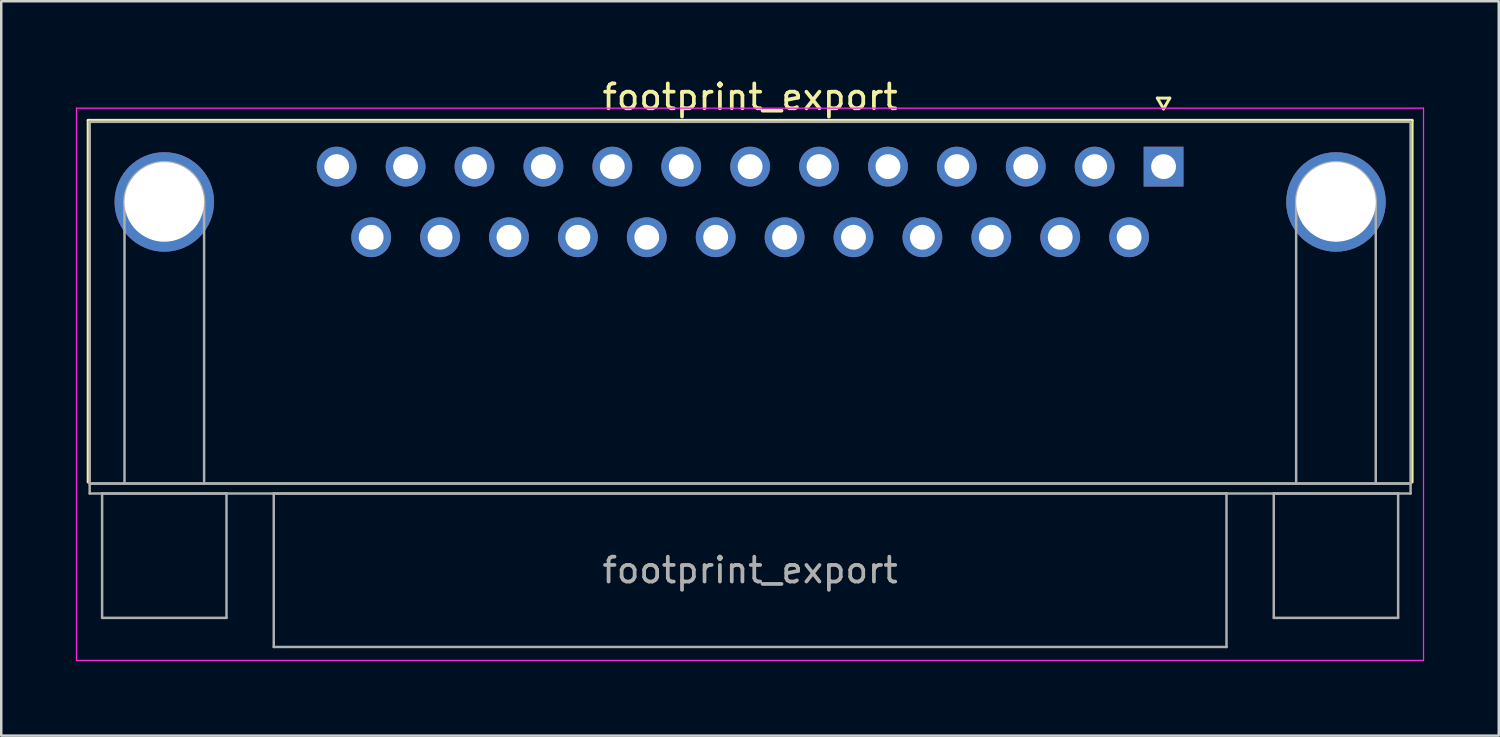
<source format=kicad_pcb>
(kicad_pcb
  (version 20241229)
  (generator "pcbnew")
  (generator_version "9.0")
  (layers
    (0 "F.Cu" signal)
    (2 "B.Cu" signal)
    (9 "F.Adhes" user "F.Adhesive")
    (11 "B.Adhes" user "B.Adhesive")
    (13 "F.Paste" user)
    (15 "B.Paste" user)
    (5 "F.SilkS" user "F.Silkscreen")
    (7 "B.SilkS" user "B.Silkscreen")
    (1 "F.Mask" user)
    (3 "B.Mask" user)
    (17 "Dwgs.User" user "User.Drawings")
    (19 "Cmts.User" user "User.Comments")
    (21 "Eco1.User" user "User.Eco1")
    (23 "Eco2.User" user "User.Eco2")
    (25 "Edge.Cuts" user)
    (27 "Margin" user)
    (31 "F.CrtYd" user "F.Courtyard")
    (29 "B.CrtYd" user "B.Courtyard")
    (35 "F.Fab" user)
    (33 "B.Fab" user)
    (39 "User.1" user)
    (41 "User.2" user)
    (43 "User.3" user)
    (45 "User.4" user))
  (footprint "footprint_export"
    (layer "F.Cu")
    (at 43.725 3.648)
    (property "Reference" "footprint_export" (at -16.62 -2.8 0) (layer "F.SilkS") (effects (font (size 1 1) (thickness 0.15))))
    (attr through_hole)
    (fp_line (start -43.23 -1.86) (end 9.99 -1.86) (stroke (width 0.12) (type solid)) (layer "F.SilkS"))
    (fp_line (start -43.23 12.68) (end -43.23 -1.86) (stroke (width 0.12) (type solid)) (layer "F.SilkS"))
    (fp_line (start -0.25 -2.754) (end 0.25 -2.754) (stroke (width 0.12) (type solid)) (layer "F.SilkS"))
    (fp_line (start 0 -2.321) (end -0.25 -2.754) (stroke (width 0.12) (type solid)) (layer "F.SilkS"))
    (fp_line (start 0.25 -2.754) (end 0 -2.321) (stroke (width 0.12) (type solid)) (layer "F.SilkS"))
    (fp_line (start 9.99 -1.86) (end 9.99 12.68) (stroke (width 0.12) (type solid)) (layer "F.SilkS"))
    (fp_line (start -43.7 -2.35) (end -43.7 19.85) (stroke (width 0.05) (type solid)) (layer "F.CrtYd"))
    (fp_line (start -43.7 19.85) (end 10.45 19.85) (stroke (width 0.05) (type solid)) (layer "F.CrtYd"))
    (fp_line (start 10.45 -2.35) (end -43.7 -2.35) (stroke (width 0.05) (type solid)) (layer "F.CrtYd"))
    (fp_line (start 10.45 19.85) (end 10.45 -2.35) (stroke (width 0.05) (type solid)) (layer "F.CrtYd"))
    (fp_line (start -43.17 -1.8) (end -43.17 12.74) (stroke (width 0.1) (type solid)) (layer "F.Fab"))
    (fp_line (start -43.17 12.74) (end -43.17 13.14) (stroke (width 0.1) (type solid)) (layer "F.Fab"))
    (fp_line (start -43.17 12.74) (end 9.93 12.74) (stroke (width 0.1) (type solid)) (layer "F.Fab"))
    (fp_line (start -43.17 13.14) (end 9.93 13.14) (stroke (width 0.1) (type solid)) (layer "F.Fab"))
    (fp_line (start -42.67 13.14) (end -42.67 18.14) (stroke (width 0.1) (type solid)) (layer "F.Fab"))
    (fp_line (start -42.67 18.14) (end -37.67 18.14) (stroke (width 0.1) (type solid)) (layer "F.Fab"))
    (fp_line (start -41.77 12.74) (end -41.77 1.42) (stroke (width 0.1) (type solid)) (layer "F.Fab"))
    (fp_line (start -38.57 12.74) (end -38.57 1.42) (stroke (width 0.1) (type solid)) (layer "F.Fab"))
    (fp_line (start -37.67 13.14) (end -42.67 13.14) (stroke (width 0.1) (type solid)) (layer "F.Fab"))
    (fp_line (start -37.67 18.14) (end -37.67 13.14) (stroke (width 0.1) (type solid)) (layer "F.Fab"))
    (fp_line (start -35.77 13.14) (end -35.77 19.31) (stroke (width 0.1) (type solid)) (layer "F.Fab"))
    (fp_line (start -35.77 19.31) (end 2.53 19.31) (stroke (width 0.1) (type solid)) (layer "F.Fab"))
    (fp_line (start 2.53 13.14) (end -35.77 13.14) (stroke (width 0.1) (type solid)) (layer "F.Fab"))
    (fp_line (start 2.53 19.31) (end 2.53 13.14) (stroke (width 0.1) (type solid)) (layer "F.Fab"))
    (fp_line (start 4.43 13.14) (end 4.43 18.14) (stroke (width 0.1) (type solid)) (layer "F.Fab"))
    (fp_line (start 4.43 18.14) (end 9.43 18.14) (stroke (width 0.1) (type solid)) (layer "F.Fab"))
    (fp_line (start 5.33 12.74) (end 5.33 1.42) (stroke (width 0.1) (type solid)) (layer "F.Fab"))
    (fp_line (start 8.53 12.74) (end 8.53 1.42) (stroke (width 0.1) (type solid)) (layer "F.Fab"))
    (fp_line (start 9.43 13.14) (end 4.43 13.14) (stroke (width 0.1) (type solid)) (layer "F.Fab"))
    (fp_line (start 9.43 18.14) (end 9.43 13.14) (stroke (width 0.1) (type solid)) (layer "F.Fab"))
    (fp_line (start 9.93 -1.8) (end -43.17 -1.8) (stroke (width 0.1) (type solid)) (layer "F.Fab"))
    (fp_line (start 9.93 12.74) (end -43.17 12.74) (stroke (width 0.1) (type solid)) (layer "F.Fab"))
    (fp_line (start 9.93 12.74) (end 9.93 -1.8) (stroke (width 0.1) (type solid)) (layer "F.Fab"))
    (fp_line (start 9.93 13.14) (end 9.93 12.74) (stroke (width 0.1) (type solid)) (layer "F.Fab"))
    (fp_arc (start -41.77 1.42) (mid -40.17 -0.18) (end -38.57 1.42) (stroke (width 0.1) (type solid)) (layer "F.Fab"))
    (fp_arc (start 5.33 1.42) (mid 6.93 -0.18) (end 8.53 1.42) (stroke (width 0.1) (type solid)) (layer "F.Fab"))
    (fp_text user "${REFERENCE}" (at -16.62 16.225 0) (layer "F.Fab") (effects (font (size 1 1) (thickness 0.15))))
    (pad "0" thru_hole circle (at -40.17 1.42) (size 4 4) (drill 3.2) (layers "*.Cu" "*.Mask"))
    (pad "0" thru_hole circle (at 6.93 1.42) (size 4 4) (drill 3.2) (layers "*.Cu" "*.Mask"))
    (pad "1" thru_hole rect (at 0 0) (size 1.6 1.6) (drill 1) (layers "*.Cu" "*.Mask"))
    (pad "2" thru_hole circle (at -2.77 0) (size 1.6 1.6) (drill 1) (layers "*.Cu" "*.Mask"))
    (pad "3" thru_hole circle (at -5.54 0) (size 1.6 1.6) (drill 1) (layers "*.Cu" "*.Mask"))
    (pad "4" thru_hole circle (at -8.31 0) (size 1.6 1.6) (drill 1) (layers "*.Cu" "*.Mask"))
    (pad "5" thru_hole circle (at -11.08 0) (size 1.6 1.6) (drill 1) (layers "*.Cu" "*.Mask"))
    (pad "6" thru_hole circle (at -13.85 0) (size 1.6 1.6) (drill 1) (layers "*.Cu" "*.Mask"))
    (pad "7" thru_hole circle (at -16.62 0) (size 1.6 1.6) (drill 1) (layers "*.Cu" "*.Mask"))
    (pad "8" thru_hole circle (at -19.39 0) (size 1.6 1.6) (drill 1) (layers "*.Cu" "*.Mask"))
    (pad "9" thru_hole circle (at -22.16 0) (size 1.6 1.6) (drill 1) (layers "*.Cu" "*.Mask"))
    (pad "10" thru_hole circle (at -24.93 0) (size 1.6 1.6) (drill 1) (layers "*.Cu" "*.Mask"))
    (pad "11" thru_hole circle (at -27.7 0) (size 1.6 1.6) (drill 1) (layers "*.Cu" "*.Mask"))
    (pad "12" thru_hole circle (at -30.47 0) (size 1.6 1.6) (drill 1) (layers "*.Cu" "*.Mask"))
    (pad "13" thru_hole circle (at -33.24 0) (size 1.6 1.6) (drill 1) (layers "*.Cu" "*.Mask"))
    (pad "14" thru_hole circle (at -1.385 2.84) (size 1.6 1.6) (drill 1) (layers "*.Cu" "*.Mask"))
    (pad "15" thru_hole circle (at -4.155 2.84) (size 1.6 1.6) (drill 1) (layers "*.Cu" "*.Mask"))
    (pad "16" thru_hole circle (at -6.925 2.84) (size 1.6 1.6) (drill 1) (layers "*.Cu" "*.Mask"))
    (pad "17" thru_hole circle (at -9.695 2.84) (size 1.6 1.6) (drill 1) (layers "*.Cu" "*.Mask"))
    (pad "18" thru_hole circle (at -12.465 2.84) (size 1.6 1.6) (drill 1) (layers "*.Cu" "*.Mask"))
    (pad "19" thru_hole circle (at -15.235 2.84) (size 1.6 1.6) (drill 1) (layers "*.Cu" "*.Mask"))
    (pad "20" thru_hole circle (at -18.005 2.84) (size 1.6 1.6) (drill 1) (layers "*.Cu" "*.Mask"))
    (pad "21" thru_hole circle (at -20.775 2.84) (size 1.6 1.6) (drill 1) (layers "*.Cu" "*.Mask"))
    (pad "22" thru_hole circle (at -23.545 2.84) (size 1.6 1.6) (drill 1) (layers "*.Cu" "*.Mask"))
    (pad "23" thru_hole circle (at -26.315 2.84) (size 1.6 1.6) (drill 1) (layers "*.Cu" "*.Mask"))
    (pad "24" thru_hole circle (at -29.085 2.84) (size 1.6 1.6) (drill 1) (layers "*.Cu" "*.Mask"))
    (pad "25" thru_hole circle (at -31.855 2.84) (size 1.6 1.6) (drill 1) (layers "*.Cu" "*.Mask")))
  (gr_rect
    (start -3 -3)
    (end 57.2 26.523)
    (stroke (width 0.1) (type default))
    (fill no)
    (layer "Edge.Cuts")))
</source>
